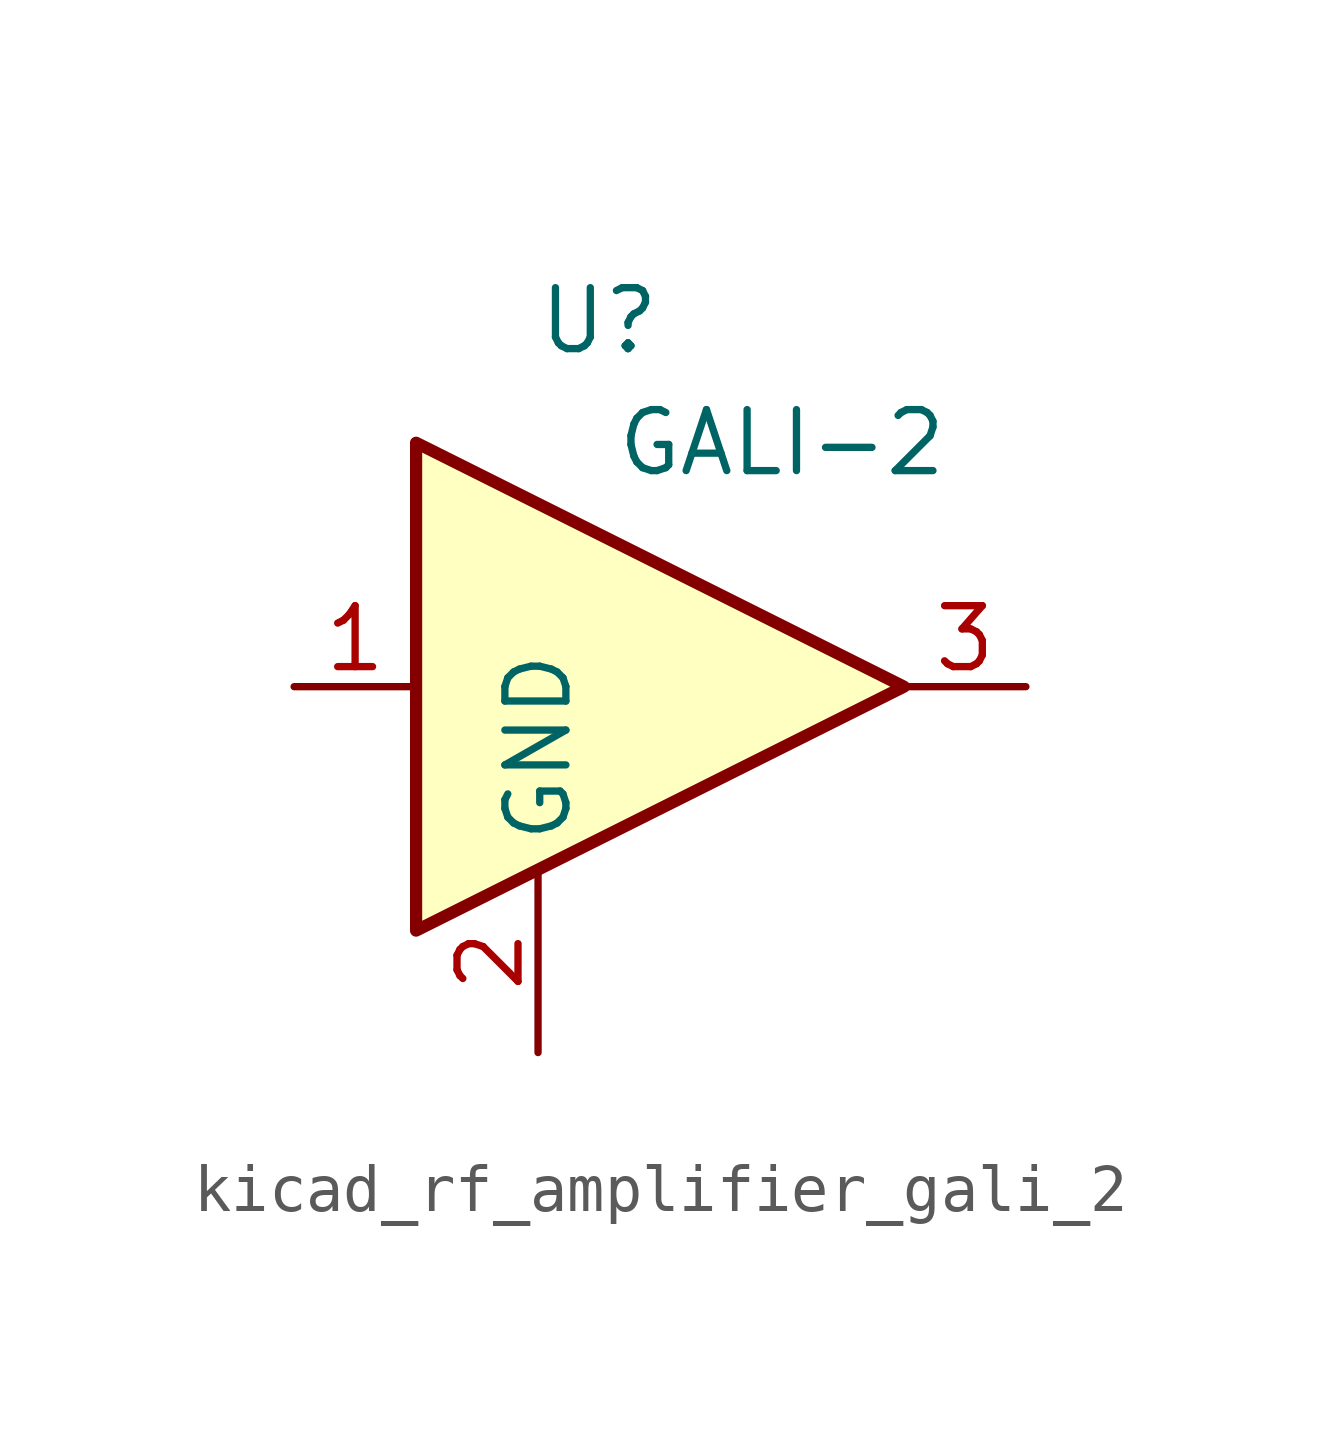
<source format=kicad_sym>
(kicad_symbol_lib
  (version 20220914)
  (generator kicad_symbol_editor)
  (symbol "kicad_rf_amplifier_gali_2"
    (property "Reference" "U"
      (at -1.27 7.62 0)
      (effects (font (size 1.27 1.27))))
    (property "Value" "GALI-2"
      (at 2.54 5.08 0)
      (effects (font (size 1.27 1.27))))
    (symbol "kicad_rf_amplifier_gali_2_0_1"
      (polyline (pts (xy 5.08 0) (xy -5.08 5.08) (xy -5.08 -5.08) (xy 5.08 0)) (stroke (width 0.254) (type default)) (fill (type background))))
    (symbol "kicad_rf_amplifier_gali_2_1_1"
      (pin input line (at -7.62 0 0) (length 2.54) (name "~" (effects (font (size 1.27 1.27)))) (number "1" (effects (font (size 1.27 1.27)))))
      (pin power_in line (at -2.54 -7.62 90) (length 3.81) (name "GND" (effects (font (size 1.27 1.27)))) (number "2" (effects (font (size 1.27 1.27)))))
      (pin output line (at 7.62 0 180) (length 2.54) (name "~" (effects (font (size 1.27 1.27)))) (number "3" (effects (font (size 1.27 1.27))))))))
</source>
